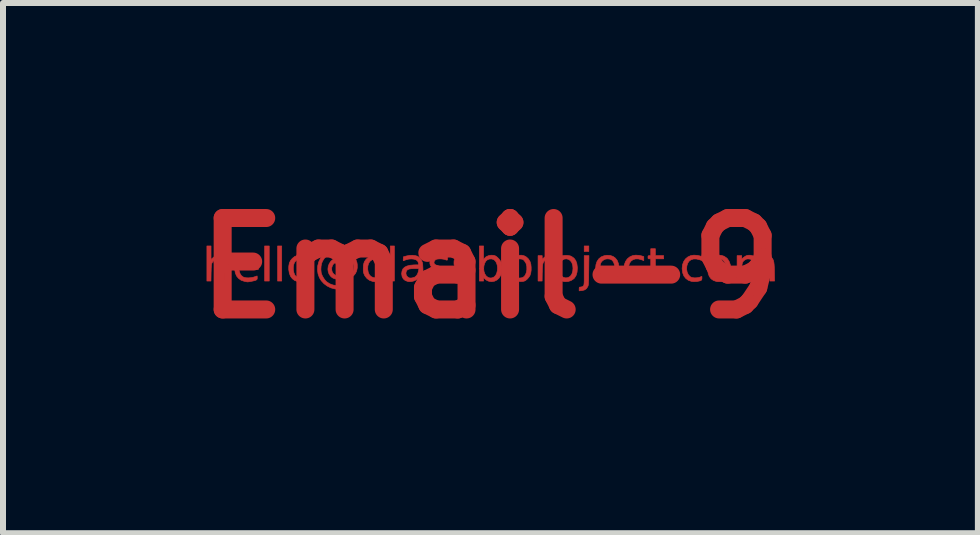
<source format=kicad_pcb>
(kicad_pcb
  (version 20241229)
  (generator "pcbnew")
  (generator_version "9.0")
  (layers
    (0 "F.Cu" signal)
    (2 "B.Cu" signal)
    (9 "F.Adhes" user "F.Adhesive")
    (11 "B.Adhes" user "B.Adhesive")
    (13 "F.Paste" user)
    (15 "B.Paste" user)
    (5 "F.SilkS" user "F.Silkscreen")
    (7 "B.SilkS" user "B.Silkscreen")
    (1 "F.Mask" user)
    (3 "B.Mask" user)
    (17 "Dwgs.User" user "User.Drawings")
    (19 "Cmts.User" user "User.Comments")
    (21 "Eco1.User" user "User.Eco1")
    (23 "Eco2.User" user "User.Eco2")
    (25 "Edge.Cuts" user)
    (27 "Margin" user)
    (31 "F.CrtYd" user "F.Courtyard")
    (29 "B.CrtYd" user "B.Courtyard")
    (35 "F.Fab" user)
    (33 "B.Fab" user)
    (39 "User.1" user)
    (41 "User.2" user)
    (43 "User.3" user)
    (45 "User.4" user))
  (footprint "Email-9"
    (layer "F.Cu")
    (at 5.124 1.418)
    (property "Reference" "Email-9" (at 0 0 0) (layer "F.Cu") (effects (font (size 1.524 1.524) (thickness 0.3))))
    (attr through_hole)
    (fp_poly (pts (xy -3.687 0.216) (xy -3.764 0.216) (xy -3.764 -0.369) (xy -3.687 -0.369) (xy -3.687 0.216)) (stroke (width 0.01) (type solid)) (fill yes) (layer "F.Cu"))
    (fp_poly (pts (xy -3.479 0.216) (xy -3.548 0.216) (xy -3.548 -0.369) (xy -3.479 -0.369) (xy -3.479 0.216)) (stroke (width 0.01) (type solid)) (fill yes) (layer "F.Cu"))
    (fp_poly (pts (xy -1.601 0.216) (xy -1.67 0.216) (xy -1.67 -0.369) (xy -1.601 -0.369) (xy -1.601 0.216)) (stroke (width 0.01) (type solid)) (fill yes) (layer "F.Cu"))
    (fp_poly (pts (xy 1.639 -0.277) (xy 1.562 -0.277) (xy 1.562 -0.369) (xy 1.639 -0.369) (xy 1.639 -0.277)) (stroke (width 0.01) (type solid)) (fill yes) (layer "F.Cu"))
    (fp_poly (pts (xy 3.071 0.216) (xy 2.986 0.216) (xy 2.986 0.115) (xy 3.071 0.115) (xy 3.071 0.216)) (stroke (width 0.01) (type solid)) (fill yes) (layer "F.Cu"))
    (fp_poly (pts (xy 1.039 -0.139) (xy 1.018 -0.147) (xy 0.989 -0.152) (xy 0.955 -0.148) (xy 0.924 -0.137) (xy 0.912 -0.13) (xy 0.897 -0.117) (xy 0.886 -0.102) (xy 0.877 -0.085) (xy 0.871 -0.062) (xy 0.868 -0.031) (xy 0.865 0.011) (xy 0.864 0.065) (xy 0.863 0.075) (xy 0.861 0.216) (xy 0.793 0.216) (xy 0.793 -0.208) (xy 0.862 -0.208) (xy 0.862 -0.145) (xy 0.884 -0.168) (xy 0.92 -0.196) (xy 0.964 -0.212) (xy 1.002 -0.216) (xy 1.039 -0.216) (xy 1.039 -0.139)) (stroke (width 0.01) (type solid)) (fill yes) (layer "F.Cu"))
    (fp_poly (pts (xy 1.638 0.037) (xy 1.637 0.105) (xy 1.637 0.16) (xy 1.636 0.203) (xy 1.634 0.236) (xy 1.633 0.26) (xy 1.631 0.278) (xy 1.628 0.292) (xy 1.624 0.302) (xy 1.62 0.311) (xy 1.599 0.342) (xy 1.572 0.362) (xy 1.535 0.373) (xy 1.522 0.375) (xy 1.478 0.379) (xy 1.478 0.347) (xy 1.479 0.327) (xy 1.483 0.318) (xy 1.495 0.316) (xy 1.504 0.316) (xy 1.533 0.309) (xy 1.547 0.299) (xy 1.551 0.293) (xy 1.555 0.287) (xy 1.557 0.278) (xy 1.559 0.264) (xy 1.561 0.243) (xy 1.562 0.215) (xy 1.562 0.177) (xy 1.562 0.127) (xy 1.562 0.065) (xy 1.562 0.037) (xy 1.562 -0.208) (xy 1.641 -0.208) (xy 1.638 0.037)) (stroke (width 0.01) (type solid)) (fill yes) (layer "F.Cu"))
    (fp_poly (pts (xy 2.748 -0.208) (xy 2.886 -0.208) (xy 2.886 -0.154) (xy 2.748 -0.154) (xy 2.748 -0.017) (xy 2.748 0.038) (xy 2.749 0.08) (xy 2.752 0.111) (xy 2.757 0.131) (xy 2.766 0.144) (xy 2.78 0.151) (xy 2.798 0.153) (xy 2.823 0.154) (xy 2.829 0.154) (xy 2.886 0.154) (xy 2.886 0.216) (xy 2.827 0.215) (xy 2.796 0.214) (xy 2.77 0.212) (xy 2.753 0.21) (xy 2.752 0.21) (xy 2.735 0.203) (xy 2.715 0.191) (xy 2.712 0.188) (xy 2.698 0.174) (xy 2.688 0.154) (xy 2.68 0.126) (xy 2.675 0.088) (xy 2.672 0.038) (xy 2.671 -0.024) (xy 2.671 -0.041) (xy 2.671 -0.154) (xy 2.648 -0.154) (xy 2.632 -0.155) (xy 2.626 -0.163) (xy 2.625 -0.181) (xy 2.626 -0.199) (xy 2.632 -0.206) (xy 2.648 -0.208) (xy 2.671 -0.208) (xy 2.671 -0.323) (xy 2.748 -0.323) (xy 2.748 -0.208)) (stroke (width 0.01) (type solid)) (fill yes) (layer "F.Cu"))
    (fp_poly (pts (xy -4.657 -0.143) (xy -4.628 -0.17) (xy -4.595 -0.197) (xy -4.562 -0.211) (xy -4.526 -0.215) (xy -4.523 -0.216) (xy -4.476 -0.21) (xy -4.437 -0.193) (xy -4.414 -0.173) (xy -4.4 -0.156) (xy -4.39 -0.139) (xy -4.383 -0.118) (xy -4.378 -0.092) (xy -4.374 -0.058) (xy -4.373 -0.014) (xy -4.372 0.043) (xy -4.372 0.064) (xy -4.372 0.216) (xy -4.441 0.216) (xy -4.441 0.073) (xy -4.442 0.015) (xy -4.443 -0.03) (xy -4.445 -0.062) (xy -4.448 -0.084) (xy -4.452 -0.095) (xy -4.472 -0.126) (xy -4.499 -0.146) (xy -4.531 -0.154) (xy -4.564 -0.15) (xy -4.597 -0.136) (xy -4.625 -0.109) (xy -4.637 -0.092) (xy -4.643 -0.081) (xy -4.647 -0.068) (xy -4.65 -0.051) (xy -4.652 -0.027) (xy -4.654 0.007) (xy -4.655 0.052) (xy -4.656 0.075) (xy -4.658 0.216) (xy -4.726 0.216) (xy -4.726 -0.369) (xy -4.657 -0.369) (xy -4.657 -0.143)) (stroke (width 0.01) (type solid)) (fill yes) (layer "F.Cu"))
    (fp_poly (pts (xy -1.868 -0.212) (xy -1.827 -0.203) (xy -1.786 -0.19) (xy -1.786 -0.124) (xy -1.828 -0.139) (xy -1.882 -0.152) (xy -1.931 -0.152) (xy -1.973 -0.139) (xy -2.007 -0.114) (xy -2.031 -0.079) (xy -2.044 -0.033) (xy -2.046 0.018) (xy -2.037 0.071) (xy -2.018 0.112) (xy -1.99 0.141) (xy -1.952 0.158) (xy -1.906 0.164) (xy -1.852 0.158) (xy -1.822 0.148) (xy -1.786 0.132) (xy -1.786 0.165) (xy -1.786 0.185) (xy -1.791 0.197) (xy -1.803 0.204) (xy -1.822 0.211) (xy -1.88 0.224) (xy -1.934 0.227) (xy -1.96 0.223) (xy -2.013 0.205) (xy -2.056 0.175) (xy -2.09 0.134) (xy -2.099 0.117) (xy -2.11 0.092) (xy -2.117 0.069) (xy -2.12 0.043) (xy -2.12 0.008) (xy -2.12 0.008) (xy -2.118 -0.042) (xy -2.11 -0.082) (xy -2.097 -0.114) (xy -2.075 -0.144) (xy -2.069 -0.151) (xy -2.029 -0.184) (xy -1.98 -0.205) (xy -1.926 -0.215) (xy -1.868 -0.212)) (stroke (width 0.01) (type solid)) (fill yes) (layer "F.Cu"))
    (fp_poly (pts (xy 3.449 -0.212) (xy 3.485 -0.204) (xy 3.525 -0.192) (xy 3.525 -0.126) (xy 3.485 -0.139) (xy 3.431 -0.152) (xy 3.383 -0.152) (xy 3.342 -0.139) (xy 3.309 -0.114) (xy 3.285 -0.078) (xy 3.272 -0.032) (xy 3.269 0.021) (xy 3.278 0.069) (xy 3.297 0.109) (xy 3.325 0.14) (xy 3.342 0.151) (xy 3.369 0.159) (xy 3.405 0.163) (xy 3.443 0.161) (xy 3.478 0.155) (xy 3.49 0.151) (xy 3.509 0.143) (xy 3.521 0.139) (xy 3.523 0.139) (xy 3.524 0.145) (xy 3.524 0.162) (xy 3.524 0.171) (xy 3.521 0.192) (xy 3.513 0.203) (xy 3.497 0.211) (xy 3.494 0.212) (xy 3.438 0.224) (xy 3.38 0.225) (xy 3.348 0.221) (xy 3.296 0.202) (xy 3.255 0.172) (xy 3.224 0.132) (xy 3.204 0.081) (xy 3.195 0.021) (xy 3.194 0.003) (xy 3.201 -0.057) (xy 3.22 -0.109) (xy 3.249 -0.152) (xy 3.288 -0.185) (xy 3.335 -0.207) (xy 3.389 -0.216) (xy 3.449 -0.212)) (stroke (width 0.01) (type solid)) (fill yes) (layer "F.Cu"))
    (fp_poly (pts (xy 2.479 -0.212) (xy 2.516 -0.204) (xy 2.555 -0.192) (xy 2.555 -0.125) (xy 2.517 -0.139) (xy 2.465 -0.153) (xy 2.417 -0.153) (xy 2.376 -0.141) (xy 2.342 -0.116) (xy 2.317 -0.081) (xy 2.303 -0.034) (xy 2.302 -0.031) (xy 2.299 0.023) (xy 2.309 0.072) (xy 2.33 0.113) (xy 2.361 0.144) (xy 2.378 0.154) (xy 2.4 0.16) (xy 2.432 0.163) (xy 2.467 0.162) (xy 2.5 0.157) (xy 2.521 0.151) (xy 2.539 0.143) (xy 2.551 0.139) (xy 2.553 0.139) (xy 2.554 0.145) (xy 2.554 0.162) (xy 2.554 0.171) (xy 2.551 0.192) (xy 2.543 0.203) (xy 2.527 0.211) (xy 2.524 0.212) (xy 2.469 0.224) (xy 2.41 0.225) (xy 2.378 0.221) (xy 2.327 0.202) (xy 2.285 0.172) (xy 2.254 0.132) (xy 2.234 0.081) (xy 2.225 0.021) (xy 2.224 0.003) (xy 2.231 -0.057) (xy 2.25 -0.109) (xy 2.279 -0.152) (xy 2.318 -0.185) (xy 2.365 -0.207) (xy 2.419 -0.216) (xy 2.479 -0.212)) (stroke (width 0.01) (type solid)) (fill yes) (layer "F.Cu"))
    (fp_poly (pts (xy 1.287 -0.211) (xy 1.328 -0.204) (xy 1.352 -0.194) (xy 1.392 -0.165) (xy 1.422 -0.124) (xy 1.44 -0.073) (xy 1.448 -0.01) (xy 1.448 0.004) (xy 1.443 0.068) (xy 1.427 0.122) (xy 1.4 0.165) (xy 1.386 0.179) (xy 1.344 0.207) (xy 1.295 0.223) (xy 1.243 0.226) (xy 1.219 0.223) (xy 1.175 0.209) (xy 1.139 0.187) (xy 1.114 0.162) (xy 1.091 0.127) (xy 1.076 0.086) (xy 1.069 0.037) (xy 1.069 0.033) (xy 1.141 0.033) (xy 1.147 0.068) (xy 1.163 0.107) (xy 1.189 0.137) (xy 1.22 0.156) (xy 1.254 0.163) (xy 1.289 0.159) (xy 1.322 0.142) (xy 1.337 0.128) (xy 1.358 0.095) (xy 1.371 0.052) (xy 1.375 0.005) (xy 1.371 -0.043) (xy 1.357 -0.088) (xy 1.353 -0.095) (xy 1.33 -0.126) (xy 1.3 -0.146) (xy 1.266 -0.154) (xy 1.231 -0.15) (xy 1.199 -0.134) (xy 1.171 -0.107) (xy 1.159 -0.089) (xy 1.147 -0.054) (xy 1.141 -0.011) (xy 1.141 0.033) (xy 1.069 0.033) (xy 1.068 -0.005) (xy 1.073 -0.066) (xy 1.089 -0.116) (xy 1.116 -0.156) (xy 1.153 -0.188) (xy 1.166 -0.195) (xy 1.2 -0.207) (xy 1.243 -0.212) (xy 1.287 -0.211)) (stroke (width 0.01) (type solid)) (fill yes) (layer "F.Cu"))
    (fp_poly (pts (xy -3.149 -0.214) (xy -3.096 -0.202) (xy -3.052 -0.179) (xy -3.018 -0.145) (xy -2.995 -0.099) (xy -2.982 -0.043) (xy -2.98 0.023) (xy -2.98 0.026) (xy -2.988 0.083) (xy -3.004 0.13) (xy -3.03 0.17) (xy -3.035 0.176) (xy -3.066 0.2) (xy -3.106 0.216) (xy -3.152 0.225) (xy -3.199 0.225) (xy -3.217 0.223) (xy -3.264 0.206) (xy -3.302 0.177) (xy -3.332 0.137) (xy -3.352 0.086) (xy -3.362 0.026) (xy -3.362 0.024) (xy -3.362 -0.016) (xy -3.286 -0.016) (xy -3.285 0.03) (xy -3.277 0.074) (xy -3.263 0.111) (xy -3.253 0.126) (xy -3.226 0.148) (xy -3.191 0.161) (xy -3.154 0.163) (xy -3.118 0.154) (xy -3.116 0.153) (xy -3.092 0.132) (xy -3.073 0.101) (xy -3.06 0.062) (xy -3.054 0.018) (xy -3.055 -0.026) (xy -3.063 -0.069) (xy -3.079 -0.104) (xy -3.105 -0.133) (xy -3.136 -0.149) (xy -3.171 -0.154) (xy -3.206 -0.146) (xy -3.238 -0.127) (xy -3.265 -0.096) (xy -3.266 -0.094) (xy -3.279 -0.059) (xy -3.286 -0.016) (xy -3.362 -0.016) (xy -3.361 -0.035) (xy -3.352 -0.084) (xy -3.332 -0.126) (xy -3.303 -0.161) (xy -3.265 -0.192) (xy -3.222 -0.21) (xy -3.173 -0.215) (xy -3.149 -0.214)) (stroke (width 0.01) (type solid)) (fill yes) (layer "F.Cu"))
    (fp_poly (pts (xy -0.115 -0.144) (xy -0.099 -0.165) (xy -0.071 -0.19) (xy -0.033 -0.207) (xy 0.009 -0.215) (xy 0.051 -0.213) (xy 0.079 -0.205) (xy 0.103 -0.19) (xy 0.13 -0.165) (xy 0.155 -0.136) (xy 0.173 -0.106) (xy 0.175 -0.101) (xy 0.183 -0.076) (xy 0.187 -0.039) (xy 0.188 0.004) (xy 0.188 0.043) (xy 0.186 0.071) (xy 0.181 0.094) (xy 0.173 0.115) (xy 0.171 0.12) (xy 0.143 0.166) (xy 0.107 0.199) (xy 0.065 0.219) (xy 0.018 0.226) (xy -0.025 0.22) (xy -0.061 0.205) (xy -0.089 0.184) (xy -0.115 0.159) (xy -0.115 0.216) (xy -0.185 0.216) (xy -0.185 0.01) (xy -0.113 0.01) (xy -0.108 0.055) (xy -0.094 0.097) (xy -0.071 0.131) (xy -0.042 0.154) (xy -0.009 0.165) (xy 0.025 0.163) (xy 0.06 0.148) (xy 0.062 0.147) (xy 0.087 0.12) (xy 0.104 0.085) (xy 0.114 0.043) (xy 0.117 -0.001) (xy 0.113 -0.045) (xy 0.101 -0.085) (xy 0.082 -0.118) (xy 0.056 -0.141) (xy 0.053 -0.143) (xy 0.019 -0.153) (xy -0.019 -0.151) (xy -0.052 -0.138) (xy -0.078 -0.114) (xy -0.097 -0.079) (xy -0.109 -0.037) (xy -0.113 0.01) (xy -0.185 0.01) (xy -0.185 -0.369) (xy -0.115 -0.369) (xy -0.115 -0.144)) (stroke (width 0.01) (type solid)) (fill yes) (layer "F.Cu"))
    (fp_poly (pts (xy 3.845 -0.213) (xy 3.893 -0.198) (xy 3.934 -0.17) (xy 3.949 -0.156) (xy 3.977 -0.112) (xy 3.996 -0.06) (xy 4.003 -0.004) (xy 3.999 0.053) (xy 3.984 0.108) (xy 3.959 0.157) (xy 3.956 0.161) (xy 3.924 0.192) (xy 3.883 0.214) (xy 3.835 0.226) (xy 3.784 0.226) (xy 3.766 0.223) (xy 3.716 0.206) (xy 3.676 0.178) (xy 3.647 0.139) (xy 3.628 0.089) (xy 3.619 0.027) (xy 3.619 0.026) (xy 3.62 0.001) (xy 3.693 0.001) (xy 3.697 0.052) (xy 3.709 0.096) (xy 3.729 0.131) (xy 3.739 0.141) (xy 3.768 0.158) (xy 3.804 0.164) (xy 3.84 0.161) (xy 3.87 0.148) (xy 3.895 0.123) (xy 3.914 0.086) (xy 3.923 0.039) (xy 3.924 0.035) (xy 3.926 -0.014) (xy 3.922 -0.051) (xy 3.912 -0.081) (xy 3.894 -0.107) (xy 3.883 -0.12) (xy 3.863 -0.139) (xy 3.847 -0.149) (xy 3.83 -0.153) (xy 3.81 -0.154) (xy 3.787 -0.153) (xy 3.771 -0.148) (xy 3.754 -0.137) (xy 3.738 -0.12) (xy 3.715 -0.094) (xy 3.702 -0.069) (xy 3.698 -0.053) (xy 3.693 0.001) (xy 3.62 0.001) (xy 3.621 -0.041) (xy 3.633 -0.097) (xy 3.656 -0.143) (xy 3.69 -0.177) (xy 3.735 -0.202) (xy 3.741 -0.204) (xy 3.793 -0.215) (xy 3.845 -0.213)) (stroke (width 0.01) (type solid)) (fill yes) (layer "F.Cu"))
    (fp_poly (pts (xy 0.562 -0.205) (xy 0.601 -0.183) (xy 0.634 -0.151) (xy 0.659 -0.109) (xy 0.66 -0.108) (xy 0.673 -0.065) (xy 0.678 -0.016) (xy 0.678 0.036) (xy 0.671 0.084) (xy 0.658 0.124) (xy 0.657 0.126) (xy 0.637 0.156) (xy 0.611 0.185) (xy 0.583 0.208) (xy 0.574 0.213) (xy 0.541 0.223) (xy 0.501 0.225) (xy 0.461 0.218) (xy 0.428 0.205) (xy 0.406 0.19) (xy 0.39 0.177) (xy 0.385 0.171) (xy 0.382 0.171) (xy 0.38 0.183) (xy 0.378 0.208) (xy 0.377 0.248) (xy 0.377 0.267) (xy 0.377 0.377) (xy 0.3 0.377) (xy 0.3 0.001) (xy 0.377 0.001) (xy 0.382 0.055) (xy 0.396 0.1) (xy 0.417 0.134) (xy 0.445 0.156) (xy 0.479 0.166) (xy 0.518 0.162) (xy 0.545 0.152) (xy 0.567 0.134) (xy 0.586 0.104) (xy 0.6 0.066) (xy 0.606 0.026) (xy 0.605 -0.031) (xy 0.592 -0.08) (xy 0.566 -0.12) (xy 0.55 -0.137) (xy 0.533 -0.147) (xy 0.511 -0.151) (xy 0.5 -0.152) (xy 0.473 -0.153) (xy 0.456 -0.15) (xy 0.44 -0.141) (xy 0.432 -0.134) (xy 0.402 -0.1) (xy 0.384 -0.058) (xy 0.377 -0.005) (xy 0.377 0.001) (xy 0.3 0.001) (xy 0.3 -0.208) (xy 0.377 -0.208) (xy 0.377 -0.152) (xy 0.398 -0.173) (xy 0.435 -0.2) (xy 0.476 -0.214) (xy 0.519 -0.215) (xy 0.562 -0.205)) (stroke (width 0.01) (type solid)) (fill yes) (layer "F.Cu"))
    (fp_poly (pts (xy -4.042 -0.214) (xy -3.991 -0.204) (xy -3.948 -0.18) (xy -3.914 -0.145) (xy -3.89 -0.099) (xy -3.876 -0.043) (xy -3.874 -0.029) (xy -3.869 0.023) (xy -4.193 0.023) (xy -4.187 0.048) (xy -4.173 0.092) (xy -4.152 0.125) (xy -4.123 0.147) (xy -4.106 0.154) (xy -4.075 0.161) (xy -4.034 0.163) (xy -3.99 0.159) (xy -3.949 0.151) (xy -3.937 0.147) (xy -3.913 0.139) (xy -3.896 0.133) (xy -3.889 0.131) (xy -3.888 0.138) (xy -3.887 0.155) (xy -3.887 0.162) (xy -3.888 0.182) (xy -3.896 0.194) (xy -3.912 0.203) (xy -3.913 0.203) (xy -3.931 0.209) (xy -3.958 0.215) (xy -3.989 0.222) (xy -4.019 0.227) (xy -4.043 0.23) (xy -4.054 0.23) (xy -4.064 0.228) (xy -4.085 0.224) (xy -4.104 0.22) (xy -4.156 0.202) (xy -4.199 0.171) (xy -4.232 0.131) (xy -4.253 0.08) (xy -4.263 0.022) (xy -4.261 -0.037) (xy -4.257 -0.053) (xy -4.187 -0.053) (xy -4.186 -0.043) (xy -4.177 -0.036) (xy -4.159 -0.032) (xy -4.129 -0.031) (xy -4.087 -0.031) (xy -4.065 -0.031) (xy -3.942 -0.031) (xy -3.95 -0.063) (xy -3.957 -0.087) (xy -3.966 -0.107) (xy -3.968 -0.11) (xy -3.994 -0.135) (xy -4.028 -0.15) (xy -4.065 -0.154) (xy -4.102 -0.148) (xy -4.135 -0.133) (xy -4.162 -0.107) (xy -4.172 -0.09) (xy -4.182 -0.069) (xy -4.187 -0.053) (xy -4.257 -0.053) (xy -4.249 -0.087) (xy -4.224 -0.13) (xy -4.2 -0.158) (xy -4.161 -0.19) (xy -4.12 -0.208) (xy -4.073 -0.215) (xy -4.042 -0.214)) (stroke (width 0.01) (type solid)) (fill yes) (layer "F.Cu"))
    (fp_poly (pts (xy 1.995 -0.211) (xy 2.042 -0.195) (xy 2.081 -0.167) (xy 2.112 -0.128) (xy 2.131 -0.08) (xy 2.14 -0.024) (xy 2.14 -0.014) (xy 2.14 0.023) (xy 1.982 0.023) (xy 1.927 0.023) (xy 1.887 0.023) (xy 1.858 0.025) (xy 1.839 0.027) (xy 1.829 0.032) (xy 1.825 0.039) (xy 1.826 0.05) (xy 1.831 0.064) (xy 1.833 0.07) (xy 1.853 0.112) (xy 1.881 0.141) (xy 1.9 0.152) (xy 1.939 0.161) (xy 1.986 0.163) (xy 2.037 0.157) (xy 2.089 0.143) (xy 2.111 0.135) (xy 2.119 0.133) (xy 2.123 0.14) (xy 2.124 0.159) (xy 2.124 0.164) (xy 2.124 0.198) (xy 2.08 0.21) (xy 2.033 0.22) (xy 1.987 0.226) (xy 1.948 0.227) (xy 1.936 0.226) (xy 1.882 0.213) (xy 1.838 0.19) (xy 1.807 0.163) (xy 1.78 0.13) (xy 1.764 0.097) (xy 1.754 0.059) (xy 1.752 0.011) (xy 1.752 0.004) (xy 1.756 -0.039) (xy 1.827 -0.039) (xy 1.83 -0.036) (xy 1.84 -0.033) (xy 1.858 -0.032) (xy 1.886 -0.031) (xy 1.927 -0.031) (xy 1.947 -0.031) (xy 2.072 -0.031) (xy 2.066 -0.056) (xy 2.051 -0.1) (xy 2.028 -0.131) (xy 1.995 -0.149) (xy 1.955 -0.154) (xy 1.921 -0.151) (xy 1.893 -0.14) (xy 1.866 -0.121) (xy 1.846 -0.098) (xy 1.836 -0.079) (xy 1.831 -0.058) (xy 1.827 -0.044) (xy 1.827 -0.039) (xy 1.756 -0.039) (xy 1.758 -0.058) (xy 1.776 -0.111) (xy 1.805 -0.154) (xy 1.844 -0.186) (xy 1.893 -0.206) (xy 1.941 -0.214) (xy 1.995 -0.211)) (stroke (width 0.01) (type solid)) (fill yes) (layer "F.Cu"))
    (fp_poly (pts (xy -0.812 -0.213) (xy -0.775 -0.209) (xy -0.745 -0.204) (xy -0.737 -0.201) (xy -0.723 -0.193) (xy -0.717 -0.181) (xy -0.716 -0.162) (xy -0.716 -0.143) (xy -0.72 -0.134) (xy -0.731 -0.133) (xy -0.753 -0.14) (xy -0.758 -0.142) (xy -0.786 -0.149) (xy -0.821 -0.153) (xy -0.857 -0.153) (xy -0.888 -0.15) (xy -0.908 -0.144) (xy -0.929 -0.127) (xy -0.94 -0.105) (xy -0.941 -0.084) (xy -0.932 -0.068) (xy -0.914 -0.054) (xy -0.883 -0.042) (xy -0.842 -0.03) (xy -0.788 -0.013) (xy -0.747 0.004) (xy -0.719 0.024) (xy -0.712 0.031) (xy -0.701 0.052) (xy -0.696 0.082) (xy -0.697 0.116) (xy -0.703 0.146) (xy -0.713 0.167) (xy -0.742 0.194) (xy -0.783 0.213) (xy -0.833 0.224) (xy -0.888 0.225) (xy -0.917 0.222) (xy -0.957 0.216) (xy -0.983 0.211) (xy -1 0.204) (xy -1.009 0.195) (xy -1.013 0.182) (xy -1.014 0.167) (xy -1.015 0.146) (xy -1.014 0.133) (xy -1.013 0.131) (xy -1.004 0.133) (xy -0.986 0.14) (xy -0.972 0.145) (xy -0.925 0.159) (xy -0.881 0.166) (xy -0.841 0.164) (xy -0.808 0.155) (xy -0.783 0.14) (xy -0.77 0.118) (xy -0.768 0.104) (xy -0.774 0.08) (xy -0.794 0.06) (xy -0.828 0.045) (xy -0.838 0.042) (xy -0.885 0.028) (xy -0.92 0.018) (xy -0.944 0.009) (xy -0.962 0.000254) (xy -0.974 -0.009) (xy -0.981 -0.015) (xy -1.003 -0.048) (xy -1.011 -0.083) (xy -1.007 -0.119) (xy -0.992 -0.153) (xy -0.966 -0.182) (xy -0.931 -0.203) (xy -0.915 -0.208) (xy -0.887 -0.212) (xy -0.851 -0.214) (xy -0.812 -0.213)) (stroke (width 0.01) (type solid)) (fill yes) (layer "F.Cu"))
    (fp_poly (pts (xy 4.634 -0.209) (xy 4.67 -0.19) (xy 4.685 -0.176) (xy 4.699 -0.16) (xy 4.709 -0.142) (xy 4.717 -0.121) (xy 4.723 -0.095) (xy 4.727 -0.061) (xy 4.73 -0.017) (xy 4.732 0.04) (xy 4.732 0.06) (xy 4.735 0.216) (xy 4.657 0.216) (xy 4.657 0.069) (xy 4.656 0.01) (xy 4.655 -0.037) (xy 4.652 -0.071) (xy 4.647 -0.097) (xy 4.64 -0.116) (xy 4.631 -0.13) (xy 4.618 -0.141) (xy 4.617 -0.141) (xy 4.588 -0.153) (xy 4.555 -0.153) (xy 4.522 -0.142) (xy 4.493 -0.121) (xy 4.479 -0.103) (xy 4.472 -0.092) (xy 4.468 -0.08) (xy 4.464 -0.066) (xy 4.462 -0.046) (xy 4.46 -0.019) (xy 4.459 0.018) (xy 4.458 0.069) (xy 4.458 0.071) (xy 4.455 0.216) (xy 4.387 0.216) (xy 4.387 0.075) (xy 4.387 0.011) (xy 4.385 -0.04) (xy 4.38 -0.079) (xy 4.374 -0.108) (xy 4.363 -0.127) (xy 4.349 -0.14) (xy 4.331 -0.148) (xy 4.307 -0.152) (xy 4.305 -0.152) (xy 4.277 -0.152) (xy 4.256 -0.146) (xy 4.242 -0.137) (xy 4.224 -0.124) (xy 4.21 -0.109) (xy 4.201 -0.092) (xy 4.194 -0.069) (xy 4.19 -0.039) (xy 4.188 0.002) (xy 4.187 0.055) (xy 4.187 0.075) (xy 4.187 0.216) (xy 4.11 0.216) (xy 4.11 -0.208) (xy 4.187 -0.208) (xy 4.187 -0.154) (xy 4.222 -0.181) (xy 4.252 -0.201) (xy 4.279 -0.212) (xy 4.308 -0.215) (xy 4.334 -0.214) (xy 4.376 -0.204) (xy 4.409 -0.181) (xy 4.43 -0.156) (xy 4.446 -0.133) (xy 4.474 -0.163) (xy 4.511 -0.192) (xy 4.552 -0.21) (xy 4.594 -0.216) (xy 4.634 -0.209)) (stroke (width 0.01) (type solid)) (fill yes) (layer "F.Cu"))
    (fp_poly (pts (xy -1.256 -0.209) (xy -1.217 -0.198) (xy -1.212 -0.196) (xy -1.179 -0.172) (xy -1.153 -0.136) (xy -1.135 -0.093) (xy -1.132 -0.078) (xy -1.129 -0.056) (xy -1.127 -0.022) (xy -1.125 0.02) (xy -1.124 0.065) (xy -1.124 0.09) (xy -1.124 0.216) (xy -1.193 0.216) (xy -1.193 0.152) (xy -1.208 0.171) (xy -1.236 0.195) (xy -1.273 0.213) (xy -1.315 0.224) (xy -1.358 0.226) (xy -1.38 0.222) (xy -1.422 0.206) (xy -1.453 0.179) (xy -1.473 0.142) (xy -1.48 0.097) (xy -1.48 0.092) (xy -1.48 0.09) (xy -1.409 0.09) (xy -1.402 0.12) (xy -1.383 0.145) (xy -1.357 0.162) (xy -1.351 0.164) (xy -1.325 0.166) (xy -1.294 0.161) (xy -1.265 0.151) (xy -1.261 0.15) (xy -1.233 0.126) (xy -1.212 0.091) (xy -1.201 0.053) (xy -1.196 0.03) (xy -1.194 0.015) (xy -1.193 0.01) (xy -1.2 0.009) (xy -1.219 0.008) (xy -1.247 0.008) (xy -1.266 0.008) (xy -1.318 0.01) (xy -1.357 0.016) (xy -1.383 0.028) (xy -1.399 0.045) (xy -1.407 0.071) (xy -1.409 0.09) (xy -1.48 0.09) (xy -1.474 0.048) (xy -1.459 0.013) (xy -1.432 -0.014) (xy -1.393 -0.034) (xy -1.342 -0.047) (xy -1.278 -0.053) (xy -1.242 -0.054) (xy -1.195 -0.054) (xy -1.201 -0.081) (xy -1.207 -0.102) (xy -1.215 -0.118) (xy -1.216 -0.119) (xy -1.24 -0.137) (xy -1.275 -0.149) (xy -1.317 -0.153) (xy -1.362 -0.15) (xy -1.407 -0.139) (xy -1.43 -0.13) (xy -1.447 -0.125) (xy -1.453 -0.123) (xy -1.454 -0.13) (xy -1.454 -0.147) (xy -1.453 -0.156) (xy -1.451 -0.188) (xy -1.401 -0.202) (xy -1.353 -0.211) (xy -1.303 -0.214) (xy -1.256 -0.209)) (stroke (width 0.01) (type solid)) (fill yes) (layer "F.Cu"))
    (fp_poly (pts (xy -0.411 -0.213) (xy -0.374 -0.209) (xy -0.344 -0.203) (xy -0.337 -0.201) (xy -0.323 -0.193) (xy -0.317 -0.181) (xy -0.316 -0.162) (xy -0.317 -0.142) (xy -0.319 -0.132) (xy -0.32 -0.131) (xy -0.329 -0.133) (xy -0.348 -0.139) (xy -0.362 -0.143) (xy -0.412 -0.153) (xy -0.454 -0.153) (xy -0.493 -0.148) (xy -0.519 -0.138) (xy -0.534 -0.122) (xy -0.539 -0.098) (xy -0.539 -0.095) (xy -0.536 -0.077) (xy -0.526 -0.063) (xy -0.507 -0.051) (xy -0.477 -0.039) (xy -0.441 -0.03) (xy -0.389 -0.014) (xy -0.351 0.001) (xy -0.324 0.019) (xy -0.306 0.041) (xy -0.297 0.068) (xy -0.294 0.091) (xy -0.294 0.119) (xy -0.297 0.14) (xy -0.307 0.158) (xy -0.309 0.161) (xy -0.338 0.191) (xy -0.379 0.212) (xy -0.428 0.223) (xy -0.485 0.225) (xy -0.517 0.222) (xy -0.557 0.216) (xy -0.583 0.211) (xy -0.6 0.204) (xy -0.609 0.195) (xy -0.613 0.182) (xy -0.614 0.167) (xy -0.615 0.146) (xy -0.614 0.133) (xy -0.613 0.131) (xy -0.604 0.133) (xy -0.585 0.14) (xy -0.572 0.145) (xy -0.51 0.163) (xy -0.452 0.165) (xy -0.426 0.162) (xy -0.394 0.149) (xy -0.374 0.131) (xy -0.365 0.109) (xy -0.368 0.086) (xy -0.383 0.066) (xy -0.411 0.051) (xy -0.434 0.043) (xy -0.466 0.033) (xy -0.499 0.023) (xy -0.5 0.023) (xy -0.54 0.009) (xy -0.569 -0.007) (xy -0.583 -0.019) (xy -0.597 -0.035) (xy -0.605 -0.05) (xy -0.608 -0.069) (xy -0.608 -0.091) (xy -0.607 -0.118) (xy -0.603 -0.137) (xy -0.594 -0.152) (xy -0.579 -0.168) (xy -0.544 -0.196) (xy -0.516 -0.208) (xy -0.488 -0.212) (xy -0.451 -0.214) (xy -0.411 -0.213)) (stroke (width 0.01) (type solid)) (fill yes) (layer "F.Cu"))
    (fp_poly (pts (xy -2.485 -0.321) (xy -2.425 -0.306) (xy -2.369 -0.28) (xy -2.319 -0.246) (xy -2.278 -0.202) (xy -2.246 -0.151) (xy -2.225 -0.092) (xy -2.22 -0.057) (xy -2.22 -0.004) (xy -2.23 0.047) (xy -2.25 0.09) (xy -2.278 0.124) (xy -2.281 0.126) (xy -2.324 0.156) (xy -2.368 0.174) (xy -2.408 0.181) (xy -2.448 0.187) (xy -2.448 0.139) (xy -2.475 0.158) (xy -2.517 0.178) (xy -2.559 0.184) (xy -2.599 0.178) (xy -2.637 0.16) (xy -2.668 0.132) (xy -2.692 0.095) (xy -2.706 0.05) (xy -2.708 0.03) (xy -2.646 0.03) (xy -2.637 0.064) (xy -2.619 0.092) (xy -2.594 0.113) (xy -2.564 0.125) (xy -2.53 0.125) (xy -2.501 0.115) (xy -2.477 0.095) (xy -2.461 0.064) (xy -2.452 0.027) (xy -2.454 -0.013) (xy -2.455 -0.02) (xy -2.469 -0.051) (xy -2.491 -0.077) (xy -2.518 -0.094) (xy -2.544 -0.1) (xy -2.582 -0.093) (xy -2.613 -0.073) (xy -2.632 -0.046) (xy -2.645 -0.008) (xy -2.646 0.03) (xy -2.708 0.03) (xy -2.709 0.015) (xy -2.704 -0.029) (xy -2.688 -0.072) (xy -2.664 -0.109) (xy -2.635 -0.137) (xy -2.617 -0.146) (xy -2.584 -0.154) (xy -2.544 -0.152) (xy -2.506 -0.144) (xy -2.476 -0.128) (xy -2.475 -0.128) (xy -2.448 -0.107) (xy -2.448 -0.127) (xy -2.446 -0.139) (xy -2.438 -0.145) (xy -2.42 -0.146) (xy -2.417 -0.146) (xy -2.386 -0.146) (xy -2.386 -0.012) (xy -2.386 0.044) (xy -2.384 0.085) (xy -2.382 0.112) (xy -2.379 0.123) (xy -2.378 0.123) (xy -2.356 0.117) (xy -2.331 0.1) (xy -2.307 0.077) (xy -2.29 0.051) (xy -2.286 0.042) (xy -2.279 0.011) (xy -2.277 -0.028) (xy -2.28 -0.069) (xy -2.288 -0.105) (xy -2.292 -0.117) (xy -2.322 -0.168) (xy -2.361 -0.208) (xy -2.408 -0.238) (xy -2.459 -0.258) (xy -2.514 -0.267) (xy -2.57 -0.267) (xy -2.625 -0.256) (xy -2.677 -0.236) (xy -2.724 -0.207) (xy -2.765 -0.168) (xy -2.797 -0.119) (xy -2.814 -0.078) (xy -2.823 -0.032) (xy -2.826 0.02) (xy -2.822 0.07) (xy -2.817 0.093) (xy -2.803 0.127) (xy -2.782 0.165) (xy -2.756 0.201) (xy -2.73 0.228) (xy -2.68 0.261) (xy -2.623 0.282) (xy -2.561 0.291) (xy -2.5 0.289) (xy -2.441 0.274) (xy -2.393 0.25) (xy -2.365 0.232) (xy -2.347 0.251) (xy -2.329 0.27) (xy -2.348 0.286) (xy -2.366 0.298) (xy -2.391 0.312) (xy -2.405 0.319) (xy -2.429 0.329) (xy -2.454 0.336) (xy -2.484 0.343) (xy -2.524 0.349) (xy -2.532 0.35) (xy -2.55 0.35) (xy -2.577 0.348) (xy -2.598 0.346) (xy -2.661 0.329) (xy -2.721 0.299) (xy -2.775 0.259) (xy -2.82 0.21) (xy -2.851 0.16) (xy -2.874 0.096) (xy -2.883 0.029) (xy -2.879 -0.038) (xy -2.862 -0.103) (xy -2.833 -0.163) (xy -2.793 -0.217) (xy -2.742 -0.261) (xy -2.736 -0.266) (xy -2.675 -0.298) (xy -2.612 -0.318) (xy -2.548 -0.325) (xy -2.485 -0.321)) (stroke (width 0.01) (type solid)) (fill yes) (layer "F.Cu")))
  (gr_rect
    (start -3 -3)
    (end 13.247 5.836)
    (stroke (width 0.1) (type default))
    (fill no)
    (layer "Edge.Cuts")))
</source>
